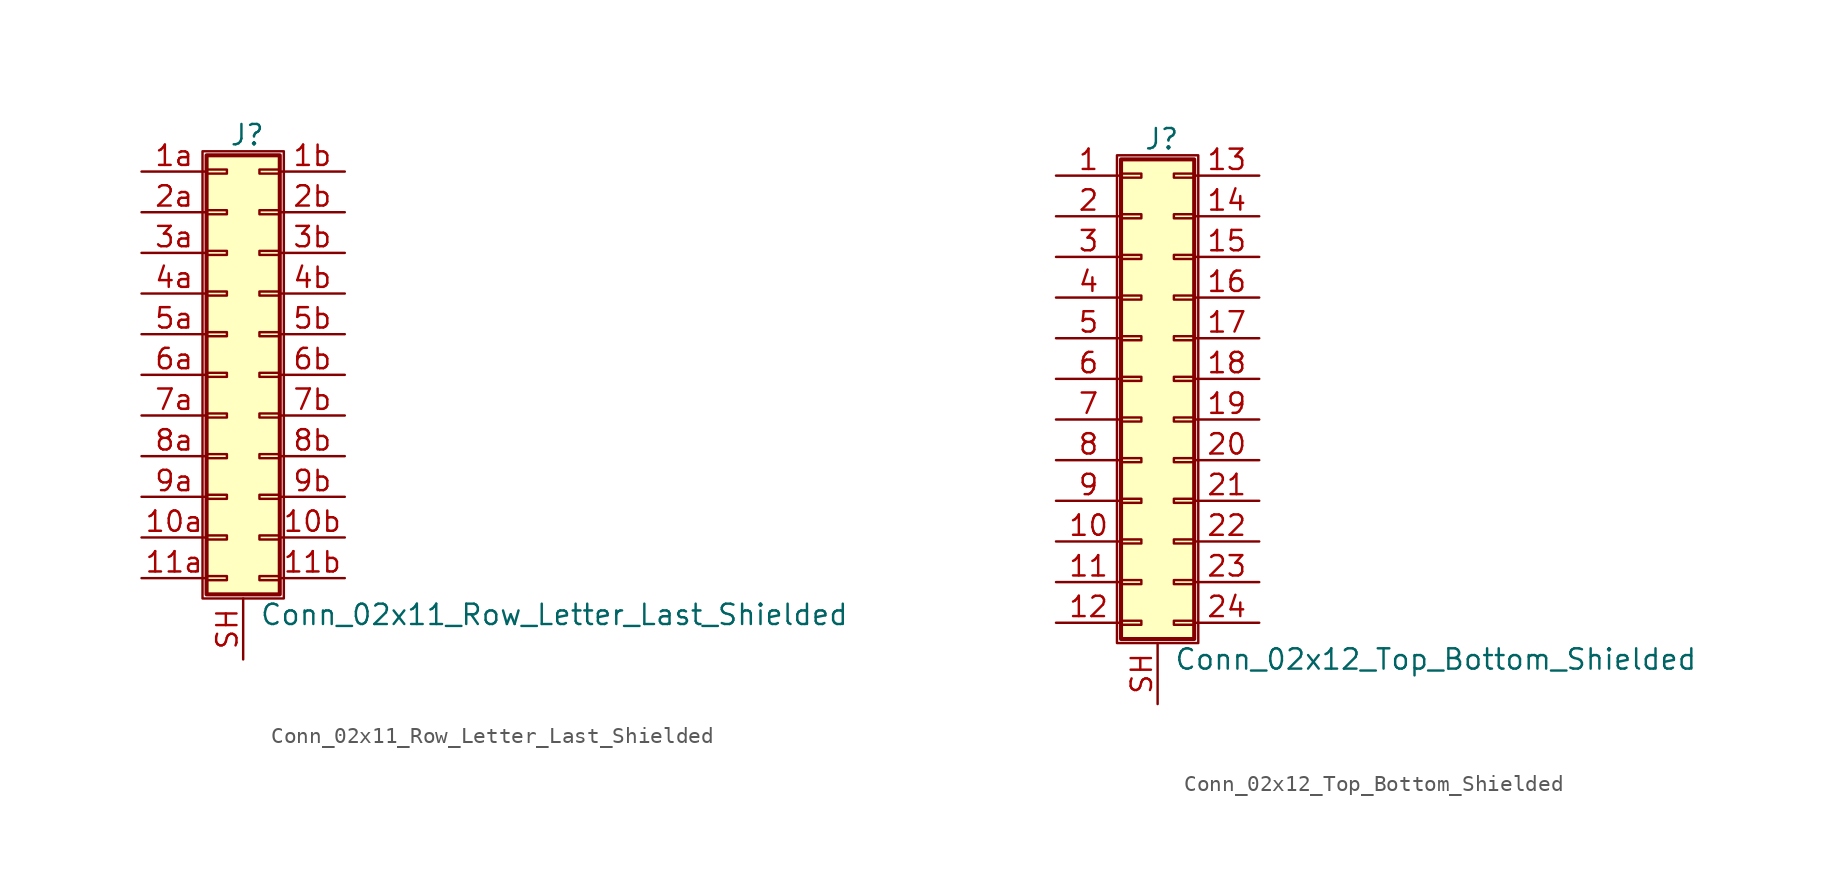
<source format=kicad_sym>
(kicad_symbol_lib
  (version 20201005)
  (generator kicad_symbol_editor)
  (symbol "Connector_Generic_Shielded:Conn_02x11_Row_Letter_Last_Shielded"
    (pin_names
      (offset 1.016) hide)
    (property "Reference" "J"
      (at 1.524 14.986 0)
      (effects (font (size 1.27 1.27))))
    (property "Value" "Conn_02x11_Row_Letter_Last_Shielded"
      (at 2.286 -14.986 0)
      (effects (font (size 1.27 1.27)) (justify left)))
    (symbol "Conn_02x11_Row_Letter_Last_Shielded_1_1"
      (rectangle (start -1.016 -4.953) (end 0.254 -5.207) (stroke (width 0.152)) (fill (type none)))
      (rectangle (start -1.016 -7.493) (end 0.254 -7.747) (stroke (width 0.152)) (fill (type none)))
      (rectangle (start -1.016 -10.033) (end 0.254 -10.287) (stroke (width 0.152)) (fill (type none)))
      (rectangle (start -1.016 -12.573) (end 0.254 -12.827) (stroke (width 0.152)) (fill (type none)))
      (rectangle (start -1.016 -2.413) (end 0.254 -2.667) (stroke (width 0.152)) (fill (type none)))
      (rectangle (start -1.016 2.667) (end 0.254 2.413) (stroke (width 0.152)) (fill (type none)))
      (rectangle (start -1.016 5.207) (end 0.254 4.953) (stroke (width 0.152)) (fill (type none)))
      (rectangle (start -1.016 7.747) (end 0.254 7.493) (stroke (width 0.152)) (fill (type none)))
      (rectangle (start -1.016 10.287) (end 0.254 10.033) (stroke (width 0.152)) (fill (type none)))
      (rectangle (start -1.016 0.127) (end 0.254 -0.127) (stroke (width 0.152)) (fill (type none)))
      (rectangle (start -1.016 12.827) (end 0.254 12.573) (stroke (width 0.152)) (fill (type none)))
      (rectangle (start -1.016 13.716) (end 3.556 -13.716) (stroke (width 0.254)) (fill (type background)))
      (rectangle (start -1.27 13.97) (end 3.81 -13.97) (stroke (width 0.152)) (fill (type none)))
      (rectangle (start 3.556 -4.953) (end 2.286 -5.207) (stroke (width 0.152)) (fill (type none)))
      (rectangle (start 3.556 -7.493) (end 2.286 -7.747) (stroke (width 0.152)) (fill (type none)))
      (rectangle (start 3.556 -10.033) (end 2.286 -10.287) (stroke (width 0.152)) (fill (type none)))
      (rectangle (start 3.556 -12.573) (end 2.286 -12.827) (stroke (width 0.152)) (fill (type none)))
      (rectangle (start 3.556 -2.413) (end 2.286 -2.667) (stroke (width 0.152)) (fill (type none)))
      (rectangle (start 3.556 2.667) (end 2.286 2.413) (stroke (width 0.152)) (fill (type none)))
      (rectangle (start 3.556 5.207) (end 2.286 4.953) (stroke (width 0.152)) (fill (type none)))
      (rectangle (start 3.556 7.747) (end 2.286 7.493) (stroke (width 0.152)) (fill (type none)))
      (rectangle (start 3.556 10.287) (end 2.286 10.033) (stroke (width 0.152)) (fill (type none)))
      (rectangle (start 3.556 0.127) (end 2.286 -0.127) (stroke (width 0.152)) (fill (type none)))
      (rectangle (start 3.556 12.827) (end 2.286 12.573) (stroke (width 0.152)) (fill (type none)))
      (pin passive line (at -5.08 -10.16 0) (length 4.064) (name "Pin_10a" (effects (font (size 1.27 1.27)))) (number "10a" (effects (font (size 1.27 1.27)))))
      (pin passive line (at 7.62 -10.16 180) (length 4.064) (name "Pin_10b" (effects (font (size 1.27 1.27)))) (number "10b" (effects (font (size 1.27 1.27)))))
      (pin passive line (at -5.08 -12.7 0) (length 4.064) (name "Pin_11a" (effects (font (size 1.27 1.27)))) (number "11a" (effects (font (size 1.27 1.27)))))
      (pin passive line (at 7.62 -12.7 180) (length 4.064) (name "Pin_11b" (effects (font (size 1.27 1.27)))) (number "11b" (effects (font (size 1.27 1.27)))))
      (pin passive line (at -5.08 12.7 0) (length 4.064) (name "Pin_1a" (effects (font (size 1.27 1.27)))) (number "1a" (effects (font (size 1.27 1.27)))))
      (pin passive line (at 7.62 12.7 180) (length 4.064) (name "Pin_1b" (effects (font (size 1.27 1.27)))) (number "1b" (effects (font (size 1.27 1.27)))))
      (pin passive line (at -5.08 10.16 0) (length 4.064) (name "Pin_2a" (effects (font (size 1.27 1.27)))) (number "2a" (effects (font (size 1.27 1.27)))))
      (pin passive line (at 7.62 10.16 180) (length 4.064) (name "Pin_2b" (effects (font (size 1.27 1.27)))) (number "2b" (effects (font (size 1.27 1.27)))))
      (pin passive line (at -5.08 7.62 0) (length 4.064) (name "Pin_3a" (effects (font (size 1.27 1.27)))) (number "3a" (effects (font (size 1.27 1.27)))))
      (pin passive line (at 7.62 7.62 180) (length 4.064) (name "Pin_3b" (effects (font (size 1.27 1.27)))) (number "3b" (effects (font (size 1.27 1.27)))))
      (pin passive line (at -5.08 5.08 0) (length 4.064) (name "Pin_4a" (effects (font (size 1.27 1.27)))) (number "4a" (effects (font (size 1.27 1.27)))))
      (pin passive line (at 7.62 5.08 180) (length 4.064) (name "Pin_4b" (effects (font (size 1.27 1.27)))) (number "4b" (effects (font (size 1.27 1.27)))))
      (pin passive line (at -5.08 2.54 0) (length 4.064) (name "Pin_5a" (effects (font (size 1.27 1.27)))) (number "5a" (effects (font (size 1.27 1.27)))))
      (pin passive line (at 7.62 2.54 180) (length 4.064) (name "Pin_5b" (effects (font (size 1.27 1.27)))) (number "5b" (effects (font (size 1.27 1.27)))))
      (pin passive line (at -5.08 0 0) (length 4.064) (name "Pin_6a" (effects (font (size 1.27 1.27)))) (number "6a" (effects (font (size 1.27 1.27)))))
      (pin passive line (at 7.62 0 180) (length 4.064) (name "Pin_6b" (effects (font (size 1.27 1.27)))) (number "6b" (effects (font (size 1.27 1.27)))))
      (pin passive line (at -5.08 -2.54 0) (length 4.064) (name "Pin_7a" (effects (font (size 1.27 1.27)))) (number "7a" (effects (font (size 1.27 1.27)))))
      (pin passive line (at 7.62 -2.54 180) (length 4.064) (name "Pin_7b" (effects (font (size 1.27 1.27)))) (number "7b" (effects (font (size 1.27 1.27)))))
      (pin passive line (at -5.08 -5.08 0) (length 4.064) (name "Pin_8a" (effects (font (size 1.27 1.27)))) (number "8a" (effects (font (size 1.27 1.27)))))
      (pin passive line (at 7.62 -5.08 180) (length 4.064) (name "Pin_8b" (effects (font (size 1.27 1.27)))) (number "8b" (effects (font (size 1.27 1.27)))))
      (pin passive line (at -5.08 -7.62 0) (length 4.064) (name "Pin_9a" (effects (font (size 1.27 1.27)))) (number "9a" (effects (font (size 1.27 1.27)))))
      (pin passive line (at 7.62 -7.62 180) (length 4.064) (name "Pin_9b" (effects (font (size 1.27 1.27)))) (number "9b" (effects (font (size 1.27 1.27)))))
      (pin passive line (at 1.27 -17.78 90) (length 3.81) (name "Shield" (effects (font (size 1.27 1.27)))) (number "SH" (effects (font (size 1.27 1.27)))))))
  (symbol "Connector_Generic_Shielded:Conn_02x12_Top_Bottom_Shielded"
    (pin_names
      (offset 1.016) hide)
    (property "Reference" "J"
      (at 1.524 14.986 0)
      (effects (font (size 1.27 1.27))))
    (property "Value" "Conn_02x12_Top_Bottom_Shielded"
      (at 2.286 -17.526 0)
      (effects (font (size 1.27 1.27)) (justify left)))
    (symbol "Conn_02x12_Top_Bottom_Shielded_1_1"
      (rectangle (start -1.016 -4.953) (end 0.254 -5.207) (stroke (width 0.152)) (fill (type none)))
      (rectangle (start -1.016 -7.493) (end 0.254 -7.747) (stroke (width 0.152)) (fill (type none)))
      (rectangle (start -1.016 -10.033) (end 0.254 -10.287) (stroke (width 0.152)) (fill (type none)))
      (rectangle (start -1.016 -12.573) (end 0.254 -12.827) (stroke (width 0.152)) (fill (type none)))
      (rectangle (start -1.016 -15.113) (end 0.254 -15.367) (stroke (width 0.152)) (fill (type none)))
      (rectangle (start -1.016 -2.413) (end 0.254 -2.667) (stroke (width 0.152)) (fill (type none)))
      (rectangle (start -1.016 2.667) (end 0.254 2.413) (stroke (width 0.152)) (fill (type none)))
      (rectangle (start -1.016 5.207) (end 0.254 4.953) (stroke (width 0.152)) (fill (type none)))
      (rectangle (start -1.016 7.747) (end 0.254 7.493) (stroke (width 0.152)) (fill (type none)))
      (rectangle (start -1.016 10.287) (end 0.254 10.033) (stroke (width 0.152)) (fill (type none)))
      (rectangle (start -1.016 0.127) (end 0.254 -0.127) (stroke (width 0.152)) (fill (type none)))
      (rectangle (start -1.016 12.827) (end 0.254 12.573) (stroke (width 0.152)) (fill (type none)))
      (rectangle (start -1.016 13.716) (end 3.556 -16.256) (stroke (width 0.254)) (fill (type background)))
      (rectangle (start -1.27 13.97) (end 3.81 -16.51) (stroke (width 0.152)) (fill (type none)))
      (rectangle (start 3.556 -4.953) (end 2.286 -5.207) (stroke (width 0.152)) (fill (type none)))
      (rectangle (start 3.556 -7.493) (end 2.286 -7.747) (stroke (width 0.152)) (fill (type none)))
      (rectangle (start 3.556 -10.033) (end 2.286 -10.287) (stroke (width 0.152)) (fill (type none)))
      (rectangle (start 3.556 -12.573) (end 2.286 -12.827) (stroke (width 0.152)) (fill (type none)))
      (rectangle (start 3.556 -15.113) (end 2.286 -15.367) (stroke (width 0.152)) (fill (type none)))
      (rectangle (start 3.556 -2.413) (end 2.286 -2.667) (stroke (width 0.152)) (fill (type none)))
      (rectangle (start 3.556 2.667) (end 2.286 2.413) (stroke (width 0.152)) (fill (type none)))
      (rectangle (start 3.556 5.207) (end 2.286 4.953) (stroke (width 0.152)) (fill (type none)))
      (rectangle (start 3.556 7.747) (end 2.286 7.493) (stroke (width 0.152)) (fill (type none)))
      (rectangle (start 3.556 10.287) (end 2.286 10.033) (stroke (width 0.152)) (fill (type none)))
      (rectangle (start 3.556 0.127) (end 2.286 -0.127) (stroke (width 0.152)) (fill (type none)))
      (rectangle (start 3.556 12.827) (end 2.286 12.573) (stroke (width 0.152)) (fill (type none)))
      (pin passive line (at -5.08 12.7 0) (length 4.064) (name "Pin_1" (effects (font (size 1.27 1.27)))) (number "1" (effects (font (size 1.27 1.27)))))
      (pin passive line (at -5.08 -10.16 0) (length 4.064) (name "Pin_10" (effects (font (size 1.27 1.27)))) (number "10" (effects (font (size 1.27 1.27)))))
      (pin passive line (at -5.08 -12.7 0) (length 4.064) (name "Pin_11" (effects (font (size 1.27 1.27)))) (number "11" (effects (font (size 1.27 1.27)))))
      (pin passive line (at -5.08 -15.24 0) (length 4.064) (name "Pin_12" (effects (font (size 1.27 1.27)))) (number "12" (effects (font (size 1.27 1.27)))))
      (pin passive line (at 7.62 12.7 180) (length 4.064) (name "Pin_13" (effects (font (size 1.27 1.27)))) (number "13" (effects (font (size 1.27 1.27)))))
      (pin passive line (at 7.62 10.16 180) (length 4.064) (name "Pin_14" (effects (font (size 1.27 1.27)))) (number "14" (effects (font (size 1.27 1.27)))))
      (pin passive line (at 7.62 7.62 180) (length 4.064) (name "Pin_15" (effects (font (size 1.27 1.27)))) (number "15" (effects (font (size 1.27 1.27)))))
      (pin passive line (at 7.62 5.08 180) (length 4.064) (name "Pin_16" (effects (font (size 1.27 1.27)))) (number "16" (effects (font (size 1.27 1.27)))))
      (pin passive line (at 7.62 2.54 180) (length 4.064) (name "Pin_17" (effects (font (size 1.27 1.27)))) (number "17" (effects (font (size 1.27 1.27)))))
      (pin passive line (at 7.62 0 180) (length 4.064) (name "Pin_18" (effects (font (size 1.27 1.27)))) (number "18" (effects (font (size 1.27 1.27)))))
      (pin passive line (at 7.62 -2.54 180) (length 4.064) (name "Pin_19" (effects (font (size 1.27 1.27)))) (number "19" (effects (font (size 1.27 1.27)))))
      (pin passive line (at -5.08 10.16 0) (length 4.064) (name "Pin_2" (effects (font (size 1.27 1.27)))) (number "2" (effects (font (size 1.27 1.27)))))
      (pin passive line (at 7.62 -5.08 180) (length 4.064) (name "Pin_20" (effects (font (size 1.27 1.27)))) (number "20" (effects (font (size 1.27 1.27)))))
      (pin passive line (at 7.62 -7.62 180) (length 4.064) (name "Pin_21" (effects (font (size 1.27 1.27)))) (number "21" (effects (font (size 1.27 1.27)))))
      (pin passive line (at 7.62 -10.16 180) (length 4.064) (name "Pin_22" (effects (font (size 1.27 1.27)))) (number "22" (effects (font (size 1.27 1.27)))))
      (pin passive line (at 7.62 -12.7 180) (length 4.064) (name "Pin_23" (effects (font (size 1.27 1.27)))) (number "23" (effects (font (size 1.27 1.27)))))
      (pin passive line (at 7.62 -15.24 180) (length 4.064) (name "Pin_24" (effects (font (size 1.27 1.27)))) (number "24" (effects (font (size 1.27 1.27)))))
      (pin passive line (at -5.08 7.62 0) (length 4.064) (name "Pin_3" (effects (font (size 1.27 1.27)))) (number "3" (effects (font (size 1.27 1.27)))))
      (pin passive line (at -5.08 5.08 0) (length 4.064) (name "Pin_4" (effects (font (size 1.27 1.27)))) (number "4" (effects (font (size 1.27 1.27)))))
      (pin passive line (at -5.08 2.54 0) (length 4.064) (name "Pin_5" (effects (font (size 1.27 1.27)))) (number "5" (effects (font (size 1.27 1.27)))))
      (pin passive line (at -5.08 0 0) (length 4.064) (name "Pin_6" (effects (font (size 1.27 1.27)))) (number "6" (effects (font (size 1.27 1.27)))))
      (pin passive line (at -5.08 -2.54 0) (length 4.064) (name "Pin_7" (effects (font (size 1.27 1.27)))) (number "7" (effects (font (size 1.27 1.27)))))
      (pin passive line (at -5.08 -5.08 0) (length 4.064) (name "Pin_8" (effects (font (size 1.27 1.27)))) (number "8" (effects (font (size 1.27 1.27)))))
      (pin passive line (at -5.08 -7.62 0) (length 4.064) (name "Pin_9" (effects (font (size 1.27 1.27)))) (number "9" (effects (font (size 1.27 1.27)))))
      (pin passive line (at 1.27 -20.32 90) (length 3.81) (name "Shield" (effects (font (size 1.27 1.27)))) (number "SH" (effects (font (size 1.27 1.27))))))))
</source>
